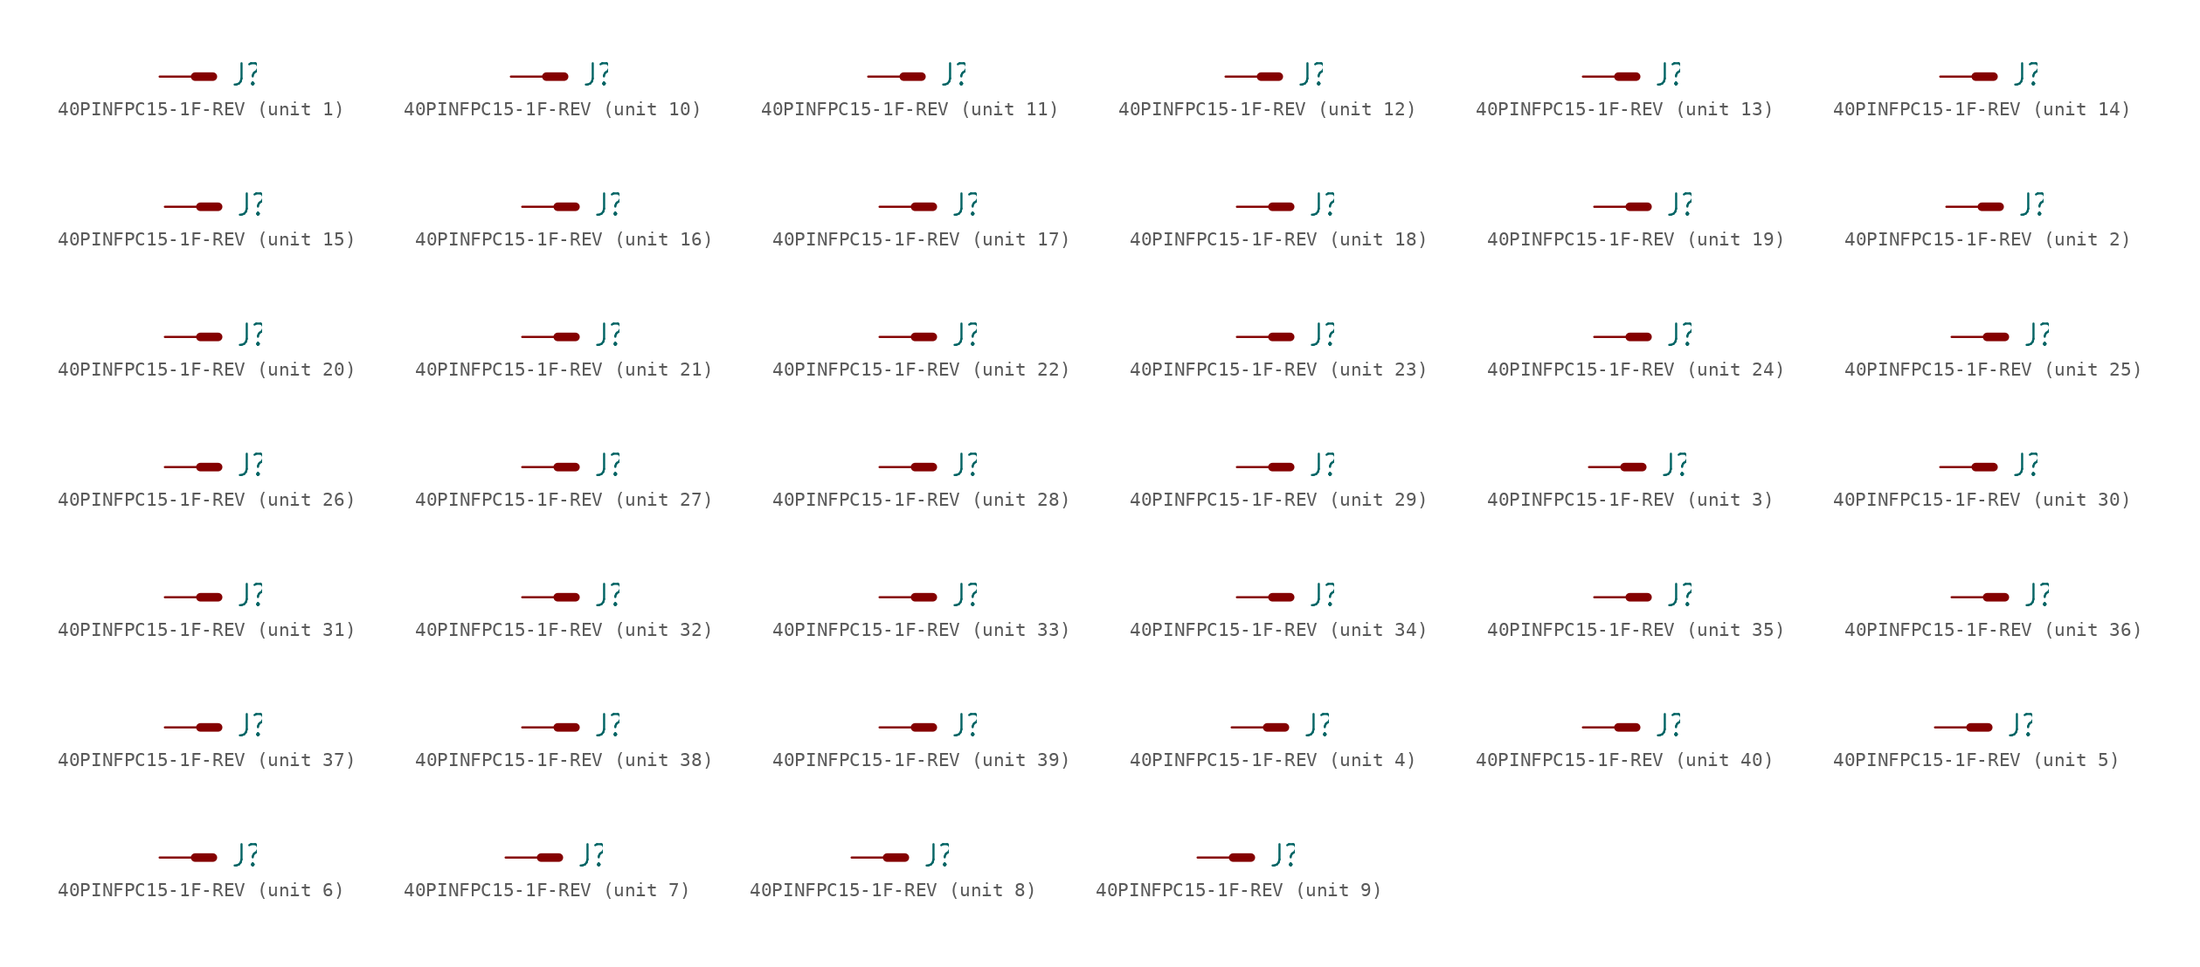
<source format=kicad_sym>
(kicad_symbol_lib
  (version 20211014)
  (generator kicad_symbol_editor)
  (symbol "40PINFPC15-1F-REV"
    (property "Reference" "J"
      (at 2.54 -0.762 0)
      (effects (font (size 1.524 1.295)) (justify left bottom)))
    (property "ki_locked" ""
      (at 0 0 0)
      (effects (font (size 1.27 1.27))))
    (symbol "40PINFPC15-1F-REV_1_0"
      (polyline (pts (xy 0 0) (xy 1.27 0)) (stroke (width 0.61) (type default) (color 0 0 0 0)) (fill (type none)))
      (pin passive line (at -2.54 0 0) (length 2.54) (name "MSV" (effects (font (size 0 0)))) (number "1" (effects (font (size 0 0))))))
    (symbol "40PINFPC15-1F-REV_2_0"
      (polyline (pts (xy 0 0) (xy 1.27 0)) (stroke (width 0.61) (type default) (color 0 0 0 0)) (fill (type none)))
      (pin passive line (at -2.54 0 0) (length 2.54) (name "MS" (effects (font (size 0 0)))) (number "2" (effects (font (size 0 0))))))
    (symbol "40PINFPC15-1F-REV_3_0"
      (polyline (pts (xy 0 0) (xy 1.27 0)) (stroke (width 0.61) (type default) (color 0 0 0 0)) (fill (type none)))
      (pin passive line (at -2.54 0 0) (length 2.54) (name "MS" (effects (font (size 0 0)))) (number "3" (effects (font (size 0 0))))))
    (symbol "40PINFPC15-1F-REV_4_0"
      (polyline (pts (xy 0 0) (xy 1.27 0)) (stroke (width 0.61) (type default) (color 0 0 0 0)) (fill (type none)))
      (pin passive line (at -2.54 0 0) (length 2.54) (name "MS" (effects (font (size 0 0)))) (number "4" (effects (font (size 0 0))))))
    (symbol "40PINFPC15-1F-REV_5_0"
      (polyline (pts (xy 0 0) (xy 1.27 0)) (stroke (width 0.61) (type default) (color 0 0 0 0)) (fill (type none)))
      (pin passive line (at -2.54 0 0) (length 2.54) (name "MS" (effects (font (size 0 0)))) (number "5" (effects (font (size 0 0))))))
    (symbol "40PINFPC15-1F-REV_6_0"
      (polyline (pts (xy 0 0) (xy 1.27 0)) (stroke (width 0.61) (type default) (color 0 0 0 0)) (fill (type none)))
      (pin passive line (at -2.54 0 0) (length 2.54) (name "MS" (effects (font (size 0 0)))) (number "6" (effects (font (size 0 0))))))
    (symbol "40PINFPC15-1F-REV_7_0"
      (polyline (pts (xy 0 0) (xy 1.27 0)) (stroke (width 0.61) (type default) (color 0 0 0 0)) (fill (type none)))
      (pin passive line (at -2.54 0 0) (length 2.54) (name "MS" (effects (font (size 0 0)))) (number "7" (effects (font (size 0 0))))))
    (symbol "40PINFPC15-1F-REV_8_0"
      (polyline (pts (xy 0 0) (xy 1.27 0)) (stroke (width 0.61) (type default) (color 0 0 0 0)) (fill (type none)))
      (pin passive line (at -2.54 0 0) (length 2.54) (name "MS" (effects (font (size 0 0)))) (number "8" (effects (font (size 0 0))))))
    (symbol "40PINFPC15-1F-REV_9_0"
      (polyline (pts (xy 0 0) (xy 1.27 0)) (stroke (width 0.61) (type default) (color 0 0 0 0)) (fill (type none)))
      (pin passive line (at -2.54 0 0) (length 2.54) (name "MS" (effects (font (size 0 0)))) (number "9" (effects (font (size 0 0))))))
    (symbol "40PINFPC15-1F-REV_10_0"
      (polyline (pts (xy 0 0) (xy 1.27 0)) (stroke (width 0.61) (type default) (color 0 0 0 0)) (fill (type none)))
      (pin passive line (at -2.54 0 0) (length 2.54) (name "MS" (effects (font (size 0 0)))) (number "10" (effects (font (size 0 0))))))
    (symbol "40PINFPC15-1F-REV_11_0"
      (polyline (pts (xy 0 0) (xy 1.27 0)) (stroke (width 0.61) (type default) (color 0 0 0 0)) (fill (type none)))
      (pin passive line (at -2.54 0 0) (length 2.54) (name "MS" (effects (font (size 0 0)))) (number "11" (effects (font (size 0 0))))))
    (symbol "40PINFPC15-1F-REV_12_0"
      (polyline (pts (xy 0 0) (xy 1.27 0)) (stroke (width 0.61) (type default) (color 0 0 0 0)) (fill (type none)))
      (pin passive line (at -2.54 0 0) (length 2.54) (name "MS" (effects (font (size 0 0)))) (number "12" (effects (font (size 0 0))))))
    (symbol "40PINFPC15-1F-REV_13_0"
      (polyline (pts (xy 0 0) (xy 1.27 0)) (stroke (width 0.61) (type default) (color 0 0 0 0)) (fill (type none)))
      (pin passive line (at -2.54 0 0) (length 2.54) (name "MS" (effects (font (size 0 0)))) (number "13" (effects (font (size 0 0))))))
    (symbol "40PINFPC15-1F-REV_14_0"
      (polyline (pts (xy 0 0) (xy 1.27 0)) (stroke (width 0.61) (type default) (color 0 0 0 0)) (fill (type none)))
      (pin passive line (at -2.54 0 0) (length 2.54) (name "MS" (effects (font (size 0 0)))) (number "14" (effects (font (size 0 0))))))
    (symbol "40PINFPC15-1F-REV_15_0"
      (polyline (pts (xy 0 0) (xy 1.27 0)) (stroke (width 0.61) (type default) (color 0 0 0 0)) (fill (type none)))
      (pin passive line (at -2.54 0 0) (length 2.54) (name "MS" (effects (font (size 0 0)))) (number "15" (effects (font (size 0 0))))))
    (symbol "40PINFPC15-1F-REV_16_0"
      (polyline (pts (xy 0 0) (xy 1.27 0)) (stroke (width 0.61) (type default) (color 0 0 0 0)) (fill (type none)))
      (pin passive line (at -2.54 0 0) (length 2.54) (name "MS" (effects (font (size 0 0)))) (number "16" (effects (font (size 0 0))))))
    (symbol "40PINFPC15-1F-REV_17_0"
      (polyline (pts (xy 0 0) (xy 1.27 0)) (stroke (width 0.61) (type default) (color 0 0 0 0)) (fill (type none)))
      (pin passive line (at -2.54 0 0) (length 2.54) (name "MS" (effects (font (size 0 0)))) (number "17" (effects (font (size 0 0))))))
    (symbol "40PINFPC15-1F-REV_18_0"
      (polyline (pts (xy 0 0) (xy 1.27 0)) (stroke (width 0.61) (type default) (color 0 0 0 0)) (fill (type none)))
      (pin passive line (at -2.54 0 0) (length 2.54) (name "MS" (effects (font (size 0 0)))) (number "18" (effects (font (size 0 0))))))
    (symbol "40PINFPC15-1F-REV_19_0"
      (polyline (pts (xy 0 0) (xy 1.27 0)) (stroke (width 0.61) (type default) (color 0 0 0 0)) (fill (type none)))
      (pin passive line (at -2.54 0 0) (length 2.54) (name "MS" (effects (font (size 0 0)))) (number "19" (effects (font (size 0 0))))))
    (symbol "40PINFPC15-1F-REV_20_0"
      (polyline (pts (xy 0 0) (xy 1.27 0)) (stroke (width 0.61) (type default) (color 0 0 0 0)) (fill (type none)))
      (pin passive line (at -2.54 0 0) (length 2.54) (name "MS" (effects (font (size 0 0)))) (number "20" (effects (font (size 0 0))))))
    (symbol "40PINFPC15-1F-REV_21_0"
      (polyline (pts (xy 0 0) (xy 1.27 0)) (stroke (width 0.61) (type default) (color 0 0 0 0)) (fill (type none)))
      (pin passive line (at -2.54 0 0) (length 2.54) (name "MS" (effects (font (size 0 0)))) (number "21" (effects (font (size 0 0))))))
    (symbol "40PINFPC15-1F-REV_22_0"
      (polyline (pts (xy 0 0) (xy 1.27 0)) (stroke (width 0.61) (type default) (color 0 0 0 0)) (fill (type none)))
      (pin passive line (at -2.54 0 0) (length 2.54) (name "MS" (effects (font (size 0 0)))) (number "22" (effects (font (size 0 0))))))
    (symbol "40PINFPC15-1F-REV_23_0"
      (polyline (pts (xy 0 0) (xy 1.27 0)) (stroke (width 0.61) (type default) (color 0 0 0 0)) (fill (type none)))
      (pin passive line (at -2.54 0 0) (length 2.54) (name "MS" (effects (font (size 0 0)))) (number "23" (effects (font (size 0 0))))))
    (symbol "40PINFPC15-1F-REV_24_0"
      (polyline (pts (xy 0 0) (xy 1.27 0)) (stroke (width 0.61) (type default) (color 0 0 0 0)) (fill (type none)))
      (pin passive line (at -2.54 0 0) (length 2.54) (name "MS" (effects (font (size 0 0)))) (number "24" (effects (font (size 0 0))))))
    (symbol "40PINFPC15-1F-REV_25_0"
      (polyline (pts (xy 0 0) (xy 1.27 0)) (stroke (width 0.61) (type default) (color 0 0 0 0)) (fill (type none)))
      (pin passive line (at -2.54 0 0) (length 2.54) (name "MS" (effects (font (size 0 0)))) (number "25" (effects (font (size 0 0))))))
    (symbol "40PINFPC15-1F-REV_26_0"
      (polyline (pts (xy 0 0) (xy 1.27 0)) (stroke (width 0.61) (type default) (color 0 0 0 0)) (fill (type none)))
      (pin passive line (at -2.54 0 0) (length 2.54) (name "MS" (effects (font (size 0 0)))) (number "26" (effects (font (size 0 0))))))
    (symbol "40PINFPC15-1F-REV_27_0"
      (polyline (pts (xy 0 0) (xy 1.27 0)) (stroke (width 0.61) (type default) (color 0 0 0 0)) (fill (type none)))
      (pin passive line (at -2.54 0 0) (length 2.54) (name "MS" (effects (font (size 0 0)))) (number "27" (effects (font (size 0 0))))))
    (symbol "40PINFPC15-1F-REV_28_0"
      (polyline (pts (xy 0 0) (xy 1.27 0)) (stroke (width 0.61) (type default) (color 0 0 0 0)) (fill (type none)))
      (pin passive line (at -2.54 0 0) (length 2.54) (name "MS" (effects (font (size 0 0)))) (number "28" (effects (font (size 0 0))))))
    (symbol "40PINFPC15-1F-REV_29_0"
      (polyline (pts (xy 0 0) (xy 1.27 0)) (stroke (width 0.61) (type default) (color 0 0 0 0)) (fill (type none)))
      (pin passive line (at -2.54 0 0) (length 2.54) (name "MS" (effects (font (size 0 0)))) (number "29" (effects (font (size 0 0))))))
    (symbol "40PINFPC15-1F-REV_30_0"
      (polyline (pts (xy 0 0) (xy 1.27 0)) (stroke (width 0.61) (type default) (color 0 0 0 0)) (fill (type none)))
      (pin passive line (at -2.54 0 0) (length 2.54) (name "MS" (effects (font (size 0 0)))) (number "30" (effects (font (size 0 0))))))
    (symbol "40PINFPC15-1F-REV_31_0"
      (polyline (pts (xy 0 0) (xy 1.27 0)) (stroke (width 0.61) (type default) (color 0 0 0 0)) (fill (type none)))
      (pin passive line (at -2.54 0 0) (length 2.54) (name "MS" (effects (font (size 0 0)))) (number "31" (effects (font (size 0 0))))))
    (symbol "40PINFPC15-1F-REV_32_0"
      (polyline (pts (xy 0 0) (xy 1.27 0)) (stroke (width 0.61) (type default) (color 0 0 0 0)) (fill (type none)))
      (pin passive line (at -2.54 0 0) (length 2.54) (name "MS" (effects (font (size 0 0)))) (number "32" (effects (font (size 0 0))))))
    (symbol "40PINFPC15-1F-REV_33_0"
      (polyline (pts (xy 0 0) (xy 1.27 0)) (stroke (width 0.61) (type default) (color 0 0 0 0)) (fill (type none)))
      (pin passive line (at -2.54 0 0) (length 2.54) (name "MS" (effects (font (size 0 0)))) (number "33" (effects (font (size 0 0))))))
    (symbol "40PINFPC15-1F-REV_34_0"
      (polyline (pts (xy 0 0) (xy 1.27 0)) (stroke (width 0.61) (type default) (color 0 0 0 0)) (fill (type none)))
      (pin passive line (at -2.54 0 0) (length 2.54) (name "MS" (effects (font (size 0 0)))) (number "34" (effects (font (size 0 0))))))
    (symbol "40PINFPC15-1F-REV_35_0"
      (polyline (pts (xy 0 0) (xy 1.27 0)) (stroke (width 0.61) (type default) (color 0 0 0 0)) (fill (type none)))
      (pin passive line (at -2.54 0 0) (length 2.54) (name "MS" (effects (font (size 0 0)))) (number "35" (effects (font (size 0 0))))))
    (symbol "40PINFPC15-1F-REV_36_0"
      (polyline (pts (xy 0 0) (xy 1.27 0)) (stroke (width 0.61) (type default) (color 0 0 0 0)) (fill (type none)))
      (pin passive line (at -2.54 0 0) (length 2.54) (name "MS" (effects (font (size 0 0)))) (number "36" (effects (font (size 0 0))))))
    (symbol "40PINFPC15-1F-REV_37_0"
      (polyline (pts (xy 0 0) (xy 1.27 0)) (stroke (width 0.61) (type default) (color 0 0 0 0)) (fill (type none)))
      (pin passive line (at -2.54 0 0) (length 2.54) (name "MS" (effects (font (size 0 0)))) (number "37" (effects (font (size 0 0))))))
    (symbol "40PINFPC15-1F-REV_38_0"
      (polyline (pts (xy 0 0) (xy 1.27 0)) (stroke (width 0.61) (type default) (color 0 0 0 0)) (fill (type none)))
      (pin passive line (at -2.54 0 0) (length 2.54) (name "MS" (effects (font (size 0 0)))) (number "38" (effects (font (size 0 0))))))
    (symbol "40PINFPC15-1F-REV_39_0"
      (polyline (pts (xy 0 0) (xy 1.27 0)) (stroke (width 0.61) (type default) (color 0 0 0 0)) (fill (type none)))
      (pin passive line (at -2.54 0 0) (length 2.54) (name "MS" (effects (font (size 0 0)))) (number "39" (effects (font (size 0 0))))))
    (symbol "40PINFPC15-1F-REV_40_0"
      (polyline (pts (xy 0 0) (xy 1.27 0)) (stroke (width 0.61) (type default) (color 0 0 0 0)) (fill (type none)))
      (pin passive line (at -2.54 0 0) (length 2.54) (name "MS" (effects (font (size 0 0)))) (number "40" (effects (font (size 0 0))))))))
</source>
